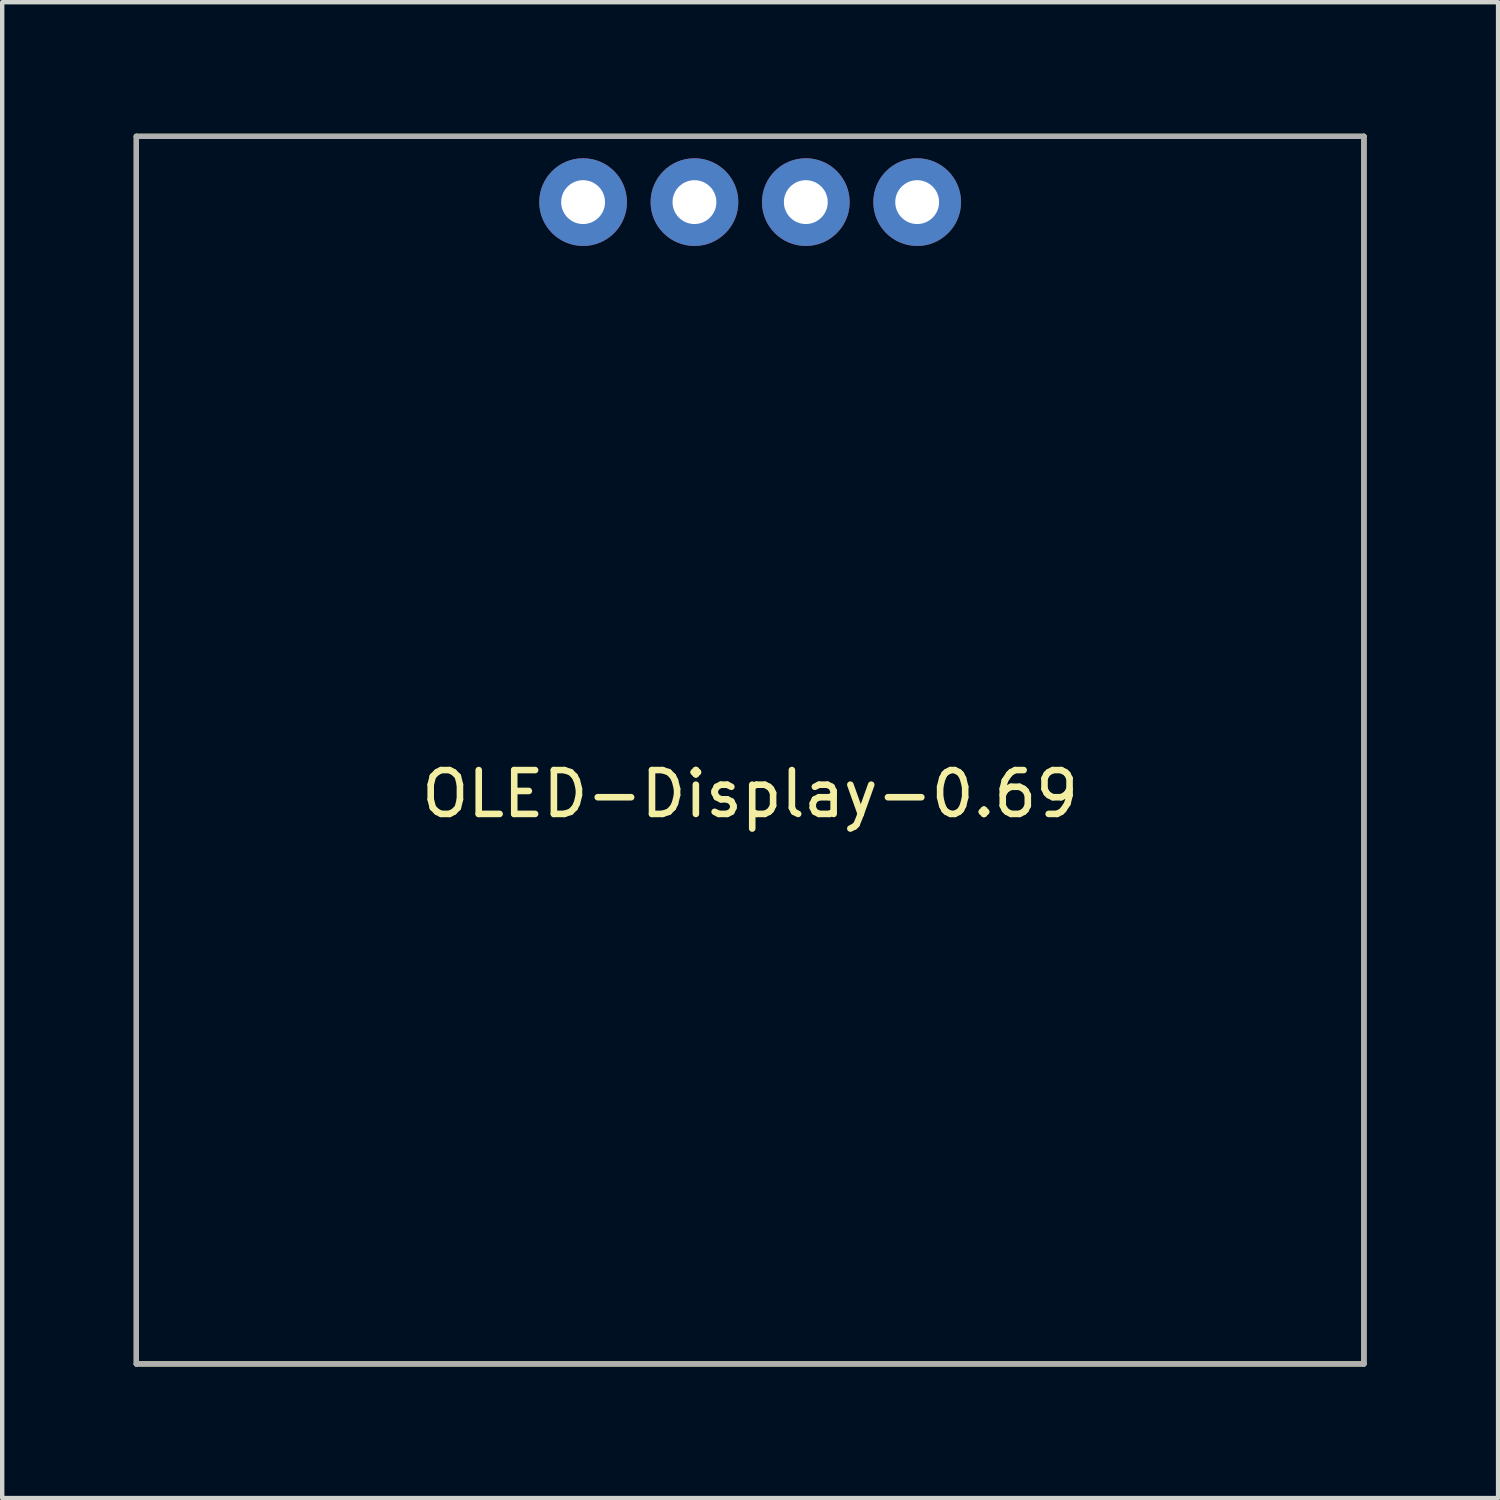
<source format=kicad_pcb>
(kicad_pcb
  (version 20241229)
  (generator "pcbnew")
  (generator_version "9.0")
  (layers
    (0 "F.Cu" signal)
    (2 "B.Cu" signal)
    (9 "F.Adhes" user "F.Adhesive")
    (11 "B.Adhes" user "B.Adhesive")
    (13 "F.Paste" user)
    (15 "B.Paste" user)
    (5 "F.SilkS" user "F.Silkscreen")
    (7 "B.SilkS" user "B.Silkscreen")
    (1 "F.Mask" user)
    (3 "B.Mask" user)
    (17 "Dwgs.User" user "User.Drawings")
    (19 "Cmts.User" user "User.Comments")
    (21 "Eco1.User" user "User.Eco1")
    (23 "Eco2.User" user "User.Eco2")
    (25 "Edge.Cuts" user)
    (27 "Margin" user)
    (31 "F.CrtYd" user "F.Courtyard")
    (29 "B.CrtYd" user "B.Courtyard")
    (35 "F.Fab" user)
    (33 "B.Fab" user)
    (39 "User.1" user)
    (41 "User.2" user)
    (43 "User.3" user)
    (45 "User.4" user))
  (footprint "OLED-Display-0.69"
    (layer "F.Cu")
    (at 14.06 14.06)
    (property "Reference" "OLED-Display-0.69" (at 0 1 0) (layer "F.SilkS") (effects (font (size 1 1) (thickness 0.15))))
    (attr through_hole)
    (fp_line (start -14 -14) (end 14 -14) (stroke (width 0.12) (type solid)) (layer "F.SilkS"))
    (fp_line (start -14 14) (end -14 -14) (stroke (width 0.12) (type solid)) (layer "F.SilkS"))
    (fp_line (start 14 -14) (end 14 14) (stroke (width 0.12) (type solid)) (layer "F.SilkS"))
    (fp_line (start 14 14) (end -14 14) (stroke (width 0.12) (type solid)) (layer "F.SilkS"))
    (fp_line (start -14 -14) (end 14 -14) (stroke (width 0.12) (type solid)) (layer "F.Fab"))
    (fp_line (start -14 14) (end -14 -14) (stroke (width 0.12) (type solid)) (layer "F.Fab"))
    (fp_line (start 14 -14) (end 14 14) (stroke (width 0.12) (type solid)) (layer "F.Fab"))
    (fp_line (start 14 14) (end -14 14) (stroke (width 0.12) (type solid)) (layer "F.Fab"))
    (pad "1" thru_hole circle (at -3.81 -12.5) (size 2 2) (drill 1) (layers "*.Cu" "*.Mask"))
    (pad "2" thru_hole circle (at -1.27 -12.5) (size 2 2) (drill 1) (layers "*.Cu" "*.Mask"))
    (pad "3" thru_hole circle (at 1.27 -12.5) (size 2 2) (drill 1) (layers "*.Cu" "*.Mask"))
    (pad "4" thru_hole circle (at 3.81 -12.5) (size 2 2) (drill 1) (layers "*.Cu" "*.Mask")))
  (gr_rect
    (start -3 -3)
    (end 31.12 31.12)
    (stroke (width 0.1) (type default))
    (fill no)
    (layer "Edge.Cuts")))
</source>
